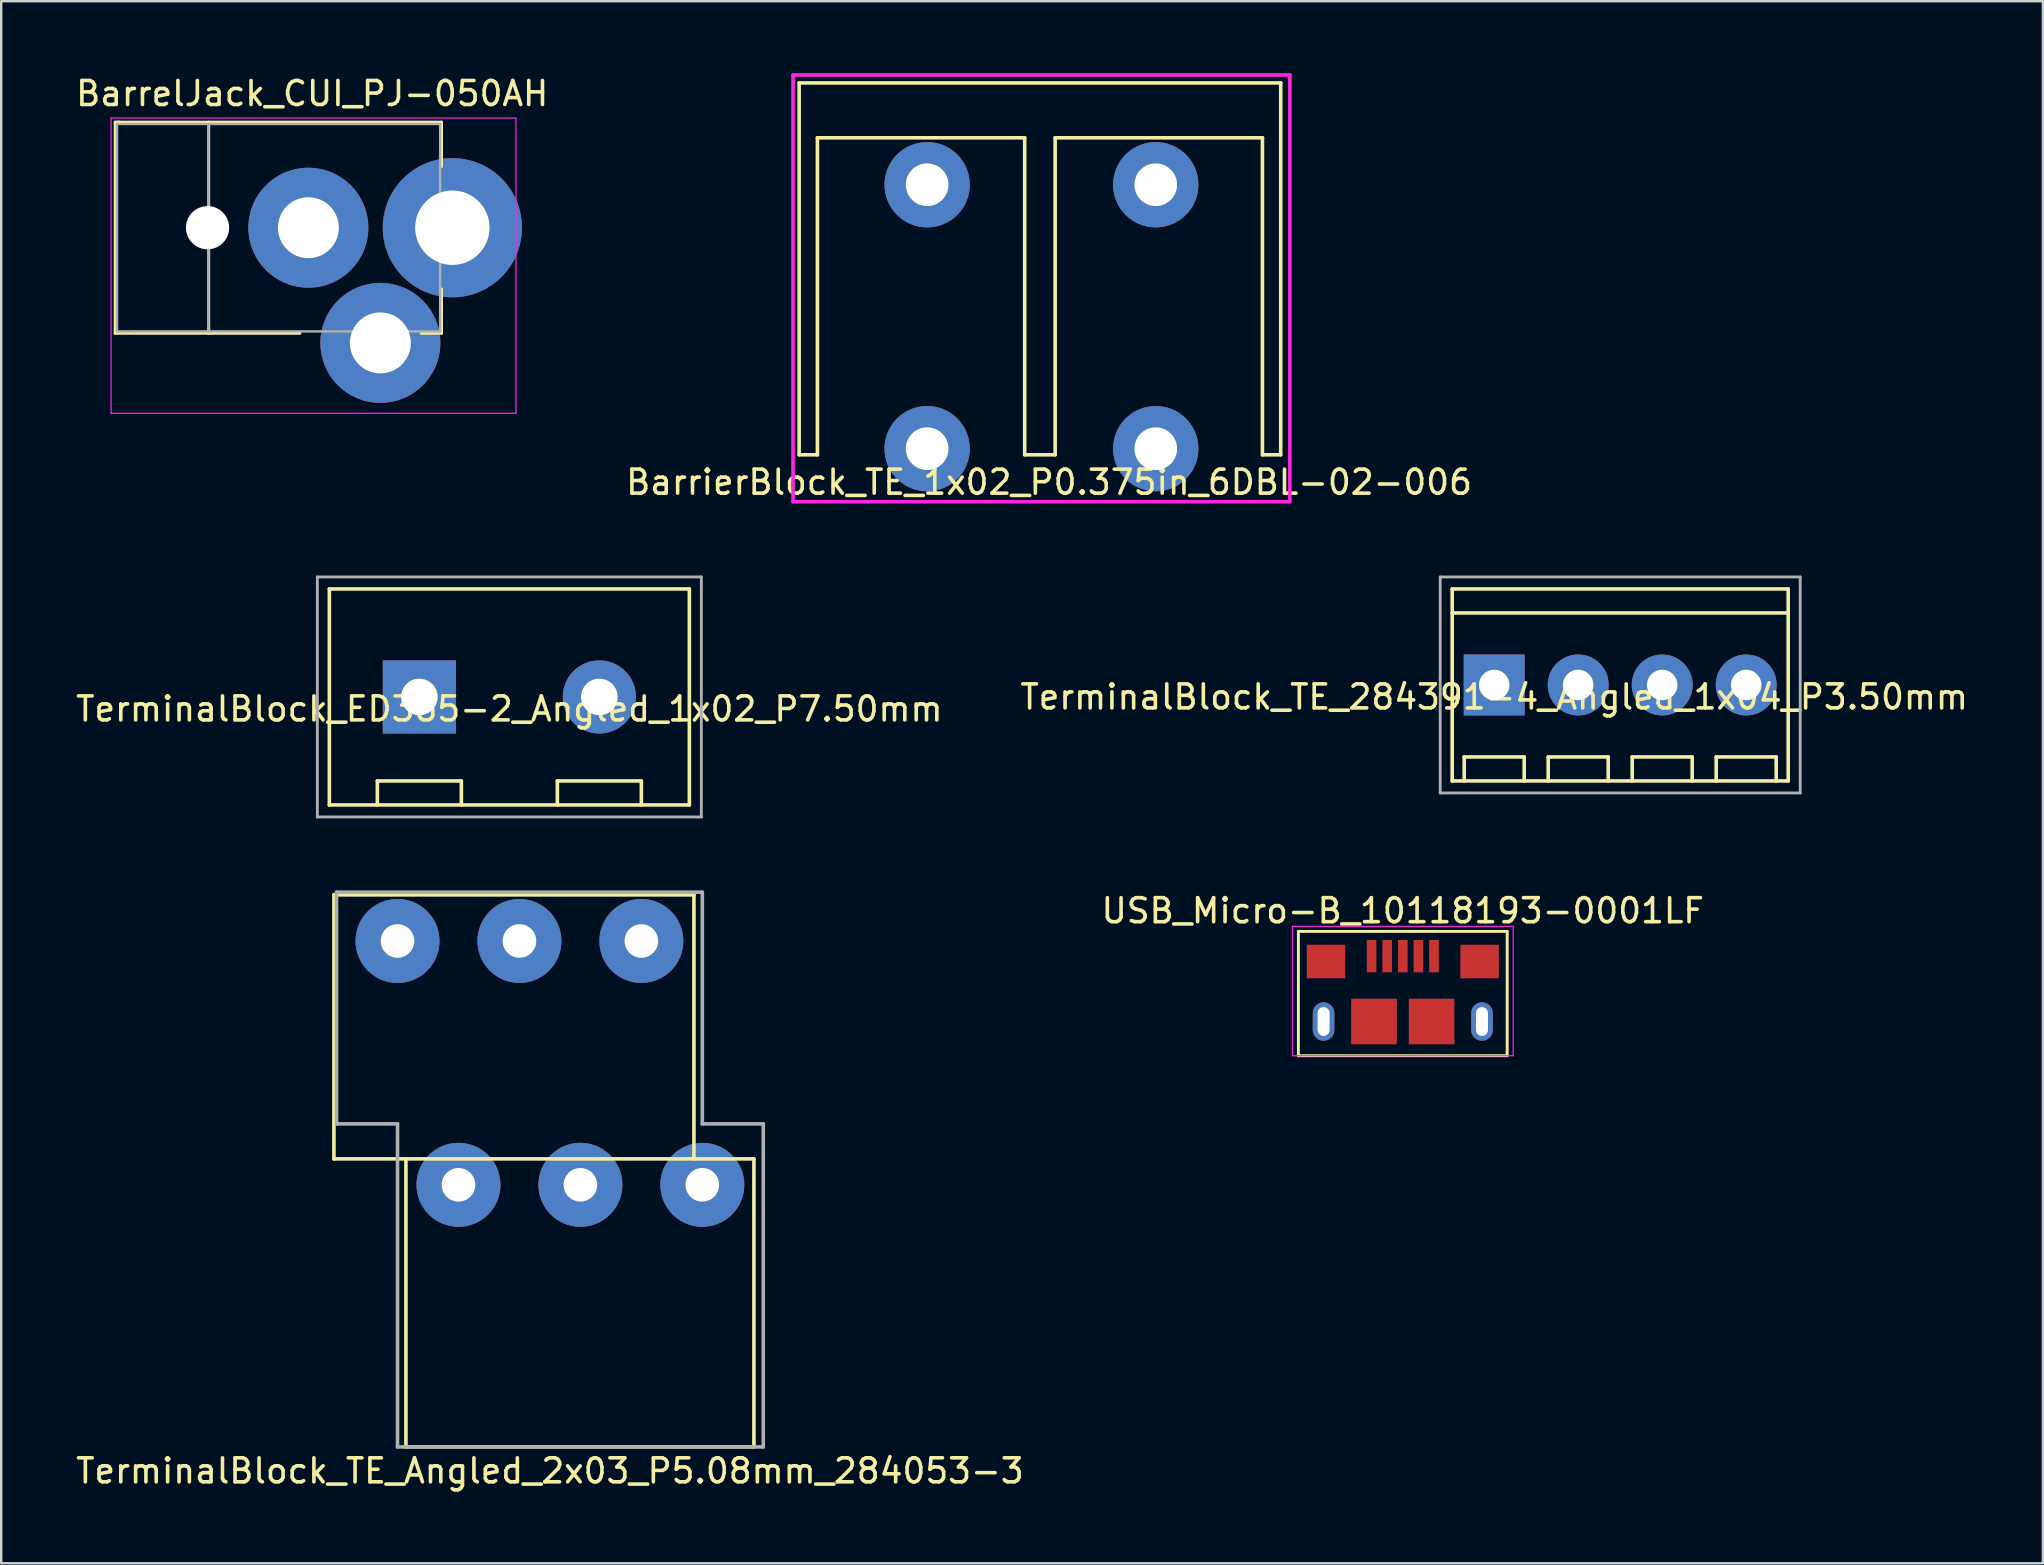
<source format=kicad_pcb>
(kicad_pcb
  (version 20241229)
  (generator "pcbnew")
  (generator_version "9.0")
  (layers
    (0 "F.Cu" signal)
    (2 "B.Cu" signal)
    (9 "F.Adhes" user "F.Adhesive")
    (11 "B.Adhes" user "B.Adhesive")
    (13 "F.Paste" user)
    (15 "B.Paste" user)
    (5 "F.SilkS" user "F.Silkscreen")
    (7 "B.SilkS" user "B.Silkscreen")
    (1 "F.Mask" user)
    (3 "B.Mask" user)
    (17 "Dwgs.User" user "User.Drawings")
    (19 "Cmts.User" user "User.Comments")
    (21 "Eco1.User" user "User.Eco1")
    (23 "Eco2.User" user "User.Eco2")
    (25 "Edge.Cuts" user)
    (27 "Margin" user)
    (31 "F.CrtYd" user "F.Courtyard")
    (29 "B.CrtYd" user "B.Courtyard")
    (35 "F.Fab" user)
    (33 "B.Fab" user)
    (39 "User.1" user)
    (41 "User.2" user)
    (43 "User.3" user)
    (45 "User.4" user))
  (footprint "BarrelJack_CUI_PJ-050AH"
    (layer "F.Cu")
    (at 15.798 6.438)
    (property "Reference" "BarrelJack_CUI_PJ-050AH" (at -5.84 -5.59 0) (layer "F.SilkS") (effects (font (size 1 1) (thickness 0.15))))
    (attr through_hole)
    (fp_line (start -14.05 -4.4) (end -13.85 -4.4) (stroke (width 0.12) (type solid)) (layer "F.SilkS"))
    (fp_line (start -14.05 4.4) (end -14.05 -4.4) (stroke (width 0.12) (type solid)) (layer "F.SilkS"))
    (fp_line (start -13.95 -4.4) (end -0.45 -4.4) (stroke (width 0.12) (type solid)) (layer "F.SilkS"))
    (fp_line (start -10.15 -4.4) (end -10.15 4.4) (stroke (width 0.12) (type solid)) (layer "F.SilkS"))
    (fp_line (start -6.35 4.4) (end -14.05 4.4) (stroke (width 0.12) (type solid)) (layer "F.SilkS"))
    (fp_line (start -0.45 -4.4) (end -0.45 -2.55) (stroke (width 0.12) (type solid)) (layer "F.SilkS"))
    (fp_line (start -0.45 2.55) (end -0.45 4.4) (stroke (width 0.12) (type solid)) (layer "F.SilkS"))
    (fp_line (start -0.45 4.4) (end -1.3 4.4) (stroke (width 0.12) (type solid)) (layer "F.SilkS"))
    (fp_line (start -14.22 -4.57) (end -14.22 7.73) (stroke (width 0.05) (type solid)) (layer "F.CrtYd"))
    (fp_line (start -14.22 -4.57) (end 2.65 -4.57) (stroke (width 0.05) (type solid)) (layer "F.CrtYd"))
    (fp_line (start 2.65 7.73) (end -14.22 7.73) (stroke (width 0.05) (type solid)) (layer "F.CrtYd"))
    (fp_line (start 2.65 7.73) (end 2.65 -4.57) (stroke (width 0.05) (type solid)) (layer "F.CrtYd"))
    (fp_line (start -13.97 -4.32) (end -13.97 4.32) (stroke (width 0.1) (type solid)) (layer "F.Fab"))
    (fp_line (start -13.97 4.32) (end -13.21 4.32) (stroke (width 0.1) (type solid)) (layer "F.Fab"))
    (fp_line (start -13.21 -4.32) (end -13.97 -4.32) (stroke (width 0.1) (type solid)) (layer "F.Fab"))
    (fp_line (start -13.21 -4.32) (end -0.51 -4.32) (stroke (width 0.1) (type solid)) (layer "F.Fab"))
    (fp_line (start -13.21 4.32) (end -0.51 4.32) (stroke (width 0.1) (type solid)) (layer "F.Fab"))
    (fp_line (start -10.16 -4.32) (end -10.16 4.32) (stroke (width 0.1) (type solid)) (layer "F.Fab"))
    (fp_line (start -0.51 -4.32) (end -0.51 4.32) (stroke (width 0.1) (type solid)) (layer "F.Fab"))
    (pad "" np_thru_hole circle (at -10.2 0) (size 1.8 1.8) (drill 1.8) (layers "*.Cu" "*.Mask"))
    (pad "1" thru_hole circle (at 0 0) (size 5.8 5.8) (drill 3.1) (layers "*.Cu" "*.Mask"))
    (pad "2" thru_hole circle (at -6 0) (size 5 5) (drill 2.54) (layers "*.Cu" "*.Mask"))
    (pad "3" thru_hole circle (at -3 4.8) (size 5 5) (drill 2.54) (layers "*.Cu" "*.Mask")))
  (footprint "TerminalBlock_ED365-2_Angled_1x02_P7.50mm"
    (layer "F.Cu")
    (at 18.173 25.99)
    (property "Reference" "TerminalBlock_ED365-2_Angled_1x02_P7.50mm" (at 0 0.5 0) (layer "F.SilkS") (effects (font (size 1 1) (thickness 0.15))))
    (attr through_hole)
    (fp_line (start -7.5 -4.5) (end 7.5 -4.5) (stroke (width 0.15) (type solid)) (layer "F.SilkS"))
    (fp_line (start -7.5 4.5) (end -7.5 -4.5) (stroke (width 0.15) (type solid)) (layer "F.SilkS"))
    (fp_line (start -5.5 3.5) (end -2 3.5) (stroke (width 0.15) (type solid)) (layer "F.SilkS"))
    (fp_line (start -5.5 4.5) (end -5.5 3.5) (stroke (width 0.15) (type solid)) (layer "F.SilkS"))
    (fp_line (start -2 3.5) (end -2 4.5) (stroke (width 0.15) (type solid)) (layer "F.SilkS"))
    (fp_line (start 2 3.5) (end 5.5 3.5) (stroke (width 0.15) (type solid)) (layer "F.SilkS"))
    (fp_line (start 2 4.5) (end 2 3.5) (stroke (width 0.15) (type solid)) (layer "F.SilkS"))
    (fp_line (start 5.5 3.5) (end 5.5 4.5) (stroke (width 0.15) (type solid)) (layer "F.SilkS"))
    (fp_line (start 7.5 -4.5) (end 7.5 4.5) (stroke (width 0.15) (type solid)) (layer "F.SilkS"))
    (fp_line (start 7.5 4.5) (end -7.5 4.5) (stroke (width 0.15) (type solid)) (layer "F.SilkS"))
    (fp_line (start -8 -5) (end 8 -5) (stroke (width 0.12) (type solid)) (layer "F.Fab"))
    (fp_line (start -8 5) (end -8 -5) (stroke (width 0.12) (type solid)) (layer "F.Fab"))
    (fp_line (start 8 -5) (end 8 5) (stroke (width 0.12) (type solid)) (layer "F.Fab"))
    (fp_line (start 8 5) (end -8 5) (stroke (width 0.12) (type solid)) (layer "F.Fab"))
    (pad "1" thru_hole rect (at -3.75 0) (size 3.048 3.048) (drill 1.524) (layers "*.Cu" "*.Mask"))
    (pad "2" thru_hole circle (at 3.75 0) (size 3.048 3.048) (drill 1.524) (layers "*.Cu" "*.Mask")))
  (footprint "BarrierBlock_TE_1x02_P0.375in_6DBL-02-006"
    (layer "F.Cu")
    (at 35.581 15.645)
    (property "Reference" "BarrierBlock_TE_1x02_P0.375in_6DBL-02-006" (at 5.08 1.397 0) (layer "F.SilkS") (effects (font (size 1 1) (thickness 0.15))))
    (attr through_hole)
    (fp_line (start -5.334 -15.24) (end -5.334 0.254) (stroke (width 0.15) (type solid)) (layer "F.SilkS"))
    (fp_line (start -5.334 -15.24) (end 14.732 -15.24) (stroke (width 0.15) (type solid)) (layer "F.SilkS"))
    (fp_line (start -5.334 0.254) (end -4.572 0.254) (stroke (width 0.15) (type solid)) (layer "F.SilkS"))
    (fp_line (start -4.572 -12.954) (end 4.064 -12.954) (stroke (width 0.15) (type solid)) (layer "F.SilkS"))
    (fp_line (start -4.572 0.254) (end -4.572 -12.954) (stroke (width 0.15) (type solid)) (layer "F.SilkS"))
    (fp_line (start 4.064 -12.954) (end 4.064 0.254) (stroke (width 0.15) (type solid)) (layer "F.SilkS"))
    (fp_line (start 4.064 0.254) (end 5.334 0.254) (stroke (width 0.15) (type solid)) (layer "F.SilkS"))
    (fp_line (start 5.334 -12.954) (end 13.97 -12.954) (stroke (width 0.15) (type solid)) (layer "F.SilkS"))
    (fp_line (start 5.334 0.254) (end 5.334 -12.954) (stroke (width 0.15) (type solid)) (layer "F.SilkS"))
    (fp_line (start 13.97 -12.954) (end 13.97 0.254) (stroke (width 0.15) (type solid)) (layer "F.SilkS"))
    (fp_line (start 13.97 0.254) (end 14.732 0.254) (stroke (width 0.15) (type solid)) (layer "F.SilkS"))
    (fp_line (start 14.732 0.254) (end 14.732 -15.24) (stroke (width 0.15) (type solid)) (layer "F.SilkS"))
    (fp_line (start -5.588 -15.57) (end -5.588 2.21) (stroke (width 0.15) (type solid)) (layer "F.CrtYd"))
    (fp_line (start -5.588 -15.57) (end 15.113 -15.57) (stroke (width 0.15) (type solid)) (layer "F.CrtYd"))
    (fp_line (start -5.588 2.21) (end 15.113 2.21) (stroke (width 0.15) (type solid)) (layer "F.CrtYd"))
    (fp_line (start 15.113 -15.57) (end 15.113 2.21) (stroke (width 0.15) (type solid)) (layer "F.CrtYd"))
    (pad "1" thru_hole circle (at 0 -10.998) (size 3.556 3.556) (drill 1.778) (layers "*.Cu" "*.Mask"))
    (pad "1" thru_hole circle (at 0 0) (size 3.556 3.556) (drill 1.778) (layers "*.Cu" "*.Mask"))
    (pad "2" thru_hole circle (at 9.525 -10.998) (size 3.556 3.556) (drill 1.778) (layers "*.Cu" "*.Mask"))
    (pad "2" thru_hole circle (at 9.525 0) (size 3.556 3.556) (drill 1.778) (layers "*.Cu" "*.Mask")))
  (footprint "TerminalBlock_TE_284391-4_Angled_1x04_P3.50mm"
    (layer "F.Cu")
    (at 64.458 25.49)
    (property "Reference" "TerminalBlock_TE_284391-4_Angled_1x04_P3.50mm" (at -5.25 0.5 0) (layer "F.SilkS") (effects (font (size 1 1) (thickness 0.15))))
    (attr through_hole)
    (fp_line (start -7 -4) (end 7 -4) (stroke (width 0.15) (type solid)) (layer "F.SilkS"))
    (fp_line (start -7 -3) (end 7 -3) (stroke (width 0.15) (type solid)) (layer "F.SilkS"))
    (fp_line (start -7 4) (end -7 -4) (stroke (width 0.15) (type solid)) (layer "F.SilkS"))
    (fp_line (start -6.5 3) (end -4 3) (stroke (width 0.15) (type solid)) (layer "F.SilkS"))
    (fp_line (start -6.5 4) (end -6.5 3) (stroke (width 0.15) (type solid)) (layer "F.SilkS"))
    (fp_line (start -4 3) (end -4 4) (stroke (width 0.15) (type solid)) (layer "F.SilkS"))
    (fp_line (start -3 3) (end -0.5 3) (stroke (width 0.15) (type solid)) (layer "F.SilkS"))
    (fp_line (start -3 4) (end -3 3) (stroke (width 0.15) (type solid)) (layer "F.SilkS"))
    (fp_line (start -0.5 3) (end -0.5 4) (stroke (width 0.15) (type solid)) (layer "F.SilkS"))
    (fp_line (start 0.5 3) (end 3 3) (stroke (width 0.15) (type solid)) (layer "F.SilkS"))
    (fp_line (start 0.5 4) (end 0.5 3) (stroke (width 0.15) (type solid)) (layer "F.SilkS"))
    (fp_line (start 3 3) (end 3 4) (stroke (width 0.15) (type solid)) (layer "F.SilkS"))
    (fp_line (start 4 3) (end 6.5 3) (stroke (width 0.15) (type solid)) (layer "F.SilkS"))
    (fp_line (start 4 4) (end 4 3) (stroke (width 0.15) (type solid)) (layer "F.SilkS"))
    (fp_line (start 6.5 3) (end 6.5 4) (stroke (width 0.15) (type solid)) (layer "F.SilkS"))
    (fp_line (start 7 -4) (end 7 4) (stroke (width 0.15) (type solid)) (layer "F.SilkS"))
    (fp_line (start 7 4) (end -7 4) (stroke (width 0.15) (type solid)) (layer "F.SilkS"))
    (fp_line (start -7.5 -4.5) (end 7.5 -4.5) (stroke (width 0.12) (type solid)) (layer "F.Fab"))
    (fp_line (start -7.5 4.5) (end -7.5 -4.5) (stroke (width 0.12) (type solid)) (layer "F.Fab"))
    (fp_line (start 7.5 -4.5) (end 7.5 4.5) (stroke (width 0.12) (type solid)) (layer "F.Fab"))
    (fp_line (start 7.5 4.5) (end -7.5 4.5) (stroke (width 0.12) (type solid)) (layer "F.Fab"))
    (pad "1" thru_hole rect (at -5.25 0) (size 2.54 2.54) (drill 1.27) (layers "*.Cu" "*.Mask"))
    (pad "2" thru_hole circle (at -1.75 0) (size 2.54 2.54) (drill 1.27) (layers "*.Cu" "*.Mask"))
    (pad "3" thru_hole circle (at 1.75 0) (size 2.54 2.54) (drill 1.27) (layers "*.Cu" "*.Mask"))
    (pad "4" thru_hole circle (at 5.25 0) (size 2.54 2.54) (drill 1.27) (layers "*.Cu" "*.Mask")))
  (footprint "TerminalBlock_TE_Angled_2x03_P5.08mm_284053-3"
    (layer "F.Cu")
    (at 19.863 41.237)
    (property "Reference" "TerminalBlock_TE_Angled_2x03_P5.08mm_284053-3" (at 0 17 0) (layer "F.SilkS") (effects (font (size 1 1) (thickness 0.15))))
    (attr through_hole)
    (fp_line (start -9 -7) (end 6 -7) (stroke (width 0.15) (type solid)) (layer "F.SilkS"))
    (fp_line (start -9 4) (end -9 -7) (stroke (width 0.15) (type solid)) (layer "F.SilkS"))
    (fp_line (start -6 16) (end -6 4) (stroke (width 0.15) (type solid)) (layer "F.SilkS"))
    (fp_line (start -6 16) (end 8.5 16) (stroke (width 0.15) (type solid)) (layer "F.SilkS"))
    (fp_line (start 6 -7) (end 6 4) (stroke (width 0.15) (type solid)) (layer "F.SilkS"))
    (fp_line (start 6 4) (end -9 4) (stroke (width 0.15) (type solid)) (layer "F.SilkS"))
    (fp_line (start 6 4) (end 8.5 4) (stroke (width 0.15) (type solid)) (layer "F.SilkS"))
    (fp_line (start 8.5 4) (end 8.5 16) (stroke (width 0.15) (type solid)) (layer "F.SilkS"))
    (fp_line (start -8.89 -7.112) (end -8.89 2.54) (stroke (width 0.15) (type solid)) (layer "F.Fab"))
    (fp_line (start -8.89 2.54) (end -6.35 2.54) (stroke (width 0.15) (type solid)) (layer "F.Fab"))
    (fp_line (start -6.35 2.54) (end -6.35 16.002) (stroke (width 0.15) (type solid)) (layer "F.Fab"))
    (fp_line (start -6.35 16.002) (end 8.89 16.002) (stroke (width 0.15) (type solid)) (layer "F.Fab"))
    (fp_line (start 6.35 -7.112) (end -8.89 -7.112) (stroke (width 0.15) (type solid)) (layer "F.Fab"))
    (fp_line (start 6.35 2.54) (end 6.35 -7.112) (stroke (width 0.15) (type solid)) (layer "F.Fab"))
    (fp_line (start 8.89 2.54) (end 6.35 2.54) (stroke (width 0.15) (type solid)) (layer "F.Fab"))
    (fp_line (start 8.89 16.002) (end 8.89 2.54) (stroke (width 0.15) (type solid)) (layer "F.Fab"))
    (pad "1" thru_hole circle (at -6.35 -5.08) (size 3.5 3.5) (drill 1.4) (layers "*.Cu" "*.Mask"))
    (pad "2" thru_hole circle (at -3.81 5.08) (size 3.5 3.5) (drill 1.4) (layers "*.Cu" "*.Mask"))
    (pad "3" thru_hole circle (at -1.27 -5.08) (size 3.5 3.5) (drill 1.4) (layers "*.Cu" "*.Mask"))
    (pad "4" thru_hole circle (at 1.27 5.08) (size 3.5 3.5) (drill 1.4) (layers "*.Cu" "*.Mask"))
    (pad "5" thru_hole circle (at 3.81 -5.08) (size 3.5 3.5) (drill 1.4) (layers "*.Cu" "*.Mask"))
    (pad "6" thru_hole circle (at 6.35 5.08) (size 3.5 3.5) (drill 1.4) (layers "*.Cu" "*.Mask")))
  (footprint "USB_Micro-B_10118193-0001LF"
    (layer "F.Cu")
    (at 55.399 38.138)
    (property "Reference" "USB_Micro-B_10118193-0001LF" (at 0 -3.24 0) (layer "F.SilkS") (effects (font (size 1 1) (thickness 0.15))))
    (attr smd)
    (fp_line (start -4.35 -2.38) (end 4.35 -2.38) (stroke (width 0.12) (type solid)) (layer "F.SilkS"))
    (fp_line (start -4.35 2.8) (end -4.35 -2.38) (stroke (width 0.12) (type solid)) (layer "F.SilkS"))
    (fp_line (start 4.35 -2.38) (end 4.35 2.8) (stroke (width 0.12) (type solid)) (layer "F.SilkS"))
    (fp_line (start 4.35 2.8) (end -4.35 2.8) (stroke (width 0.12) (type solid)) (layer "F.SilkS"))
    (fp_line (start -4.6 -2.59) (end 4.6 -2.59) (stroke (width 0.05) (type solid)) (layer "F.CrtYd"))
    (fp_line (start -4.6 2.8) (end -4.6 -2.59) (stroke (width 0.05) (type solid)) (layer "F.CrtYd"))
    (fp_line (start 4.6 -2.59) (end 4.6 2.8) (stroke (width 0.05) (type solid)) (layer "F.CrtYd"))
    (fp_line (start 4.6 2.8) (end -4.6 2.8) (stroke (width 0.05) (type solid)) (layer "F.CrtYd"))
    (pad "1" smd rect (at -1.3 -1.35 90) (size 1.35 0.4) (layers "F.Cu" "F.Mask" "F.Paste"))
    (pad "2" smd rect (at -0.65 -1.35 90) (size 1.35 0.4) (layers "F.Cu" "F.Mask" "F.Paste"))
    (pad "3" smd rect (at 0 -1.35 90) (size 1.35 0.4) (layers "F.Cu" "F.Mask" "F.Paste"))
    (pad "4" smd rect (at 0.65 -1.35 90) (size 1.35 0.4) (layers "F.Cu" "F.Mask" "F.Paste"))
    (pad "5" smd rect (at 1.3 -1.35 90) (size 1.35 0.4) (layers "F.Cu" "F.Mask" "F.Paste"))
    (pad "6" thru_hole oval (at -3.3 1.375 90) (size 1.6 0.9) (drill oval 1.2 0.5) (layers "*.Cu" "*.Mask"))
    (pad "6" smd rect (at -3.2 -1.125 90) (size 1.4 1.6) (layers "F.Cu" "F.Mask" "F.Paste"))
    (pad "6" smd rect (at -1.2 1.375 90) (size 1.9 1.9) (layers "F.Cu" "F.Mask" "F.Paste"))
    (pad "6" smd rect (at 1.2 1.375 90) (size 1.9 1.9) (layers "F.Cu" "F.Mask" "F.Paste"))
    (pad "6" smd rect (at 3.2 -1.125 90) (size 1.4 1.6) (layers "F.Cu" "F.Mask" "F.Paste"))
    (pad "6" thru_hole oval (at 3.3 1.375 90) (size 1.6 0.9) (drill oval 1.2 0.5) (layers "*.Cu" "*.Mask")))
  (gr_rect
    (start -3 -3)
    (end 82.071 62.085)
    (stroke (width 0.1) (type default))
    (fill no)
    (layer "Edge.Cuts")))
</source>
